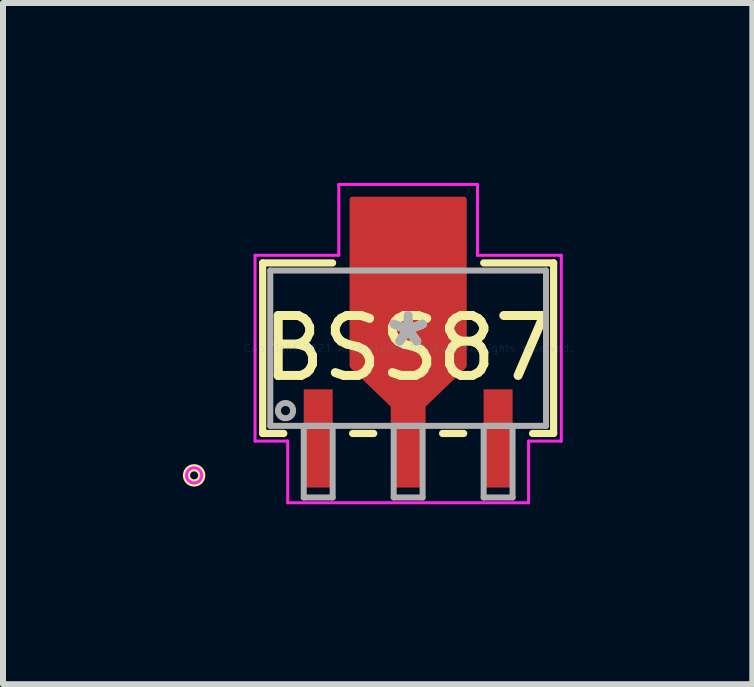
<source format=kicad_pcb>
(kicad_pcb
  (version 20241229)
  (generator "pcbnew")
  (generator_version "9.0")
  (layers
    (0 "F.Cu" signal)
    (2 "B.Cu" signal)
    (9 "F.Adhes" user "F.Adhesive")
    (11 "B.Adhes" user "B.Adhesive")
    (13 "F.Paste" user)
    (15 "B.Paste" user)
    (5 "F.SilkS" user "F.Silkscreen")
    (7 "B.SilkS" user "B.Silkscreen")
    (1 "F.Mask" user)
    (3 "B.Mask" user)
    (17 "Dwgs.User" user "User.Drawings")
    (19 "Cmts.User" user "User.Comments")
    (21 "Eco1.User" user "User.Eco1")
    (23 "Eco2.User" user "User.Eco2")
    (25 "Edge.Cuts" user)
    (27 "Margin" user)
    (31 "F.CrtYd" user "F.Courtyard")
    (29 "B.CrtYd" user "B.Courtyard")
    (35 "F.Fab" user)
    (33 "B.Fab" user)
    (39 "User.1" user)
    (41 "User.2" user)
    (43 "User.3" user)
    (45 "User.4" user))
  (footprint "BSS87"
    (layer "F.Cu")
    (at 3.756 2.756)
    (property "Reference" "BSS87" (at 0 0 0) (layer "F.SilkS") (effects (font (size 1 1) (thickness 0.15))))
    (attr through_hole)
    (fp_poly (pts (xy -0.241 1.295) (xy -0.241 0.953) (xy -0.927 0.292) (xy -0.927 -2.477) (xy -0.476 -2.477) (xy 0.476 -2.477) (xy 0.927 -2.477) (xy 0.927 0.292) (xy 0.241 0.953) (xy 0.241 1.295)) (stroke (width 0.1) (type solid)) (fill yes) (layer "F.Cu"))
    (fp_poly (pts (xy -0.241 1.295) (xy -0.241 0.953) (xy -0.927 0.292) (xy -0.927 -2.477) (xy 0.927 -2.477) (xy 0.927 0.292) (xy 0.241 0.953) (xy 0.241 1.295)) (stroke (width 0.1) (type solid)) (fill yes) (layer "F.Mask"))
    (fp_line (start -2.426 -1.422) (end -2.426 1.422) (stroke (width 0.12) (type solid)) (layer "F.SilkS"))
    (fp_line (start -2.426 1.422) (end -2.074 1.422) (stroke (width 0.12) (type solid)) (layer "F.SilkS"))
    (fp_line (start -1.26 -1.422) (end -2.426 -1.422) (stroke (width 0.12) (type solid)) (layer "F.SilkS"))
    (fp_line (start -0.926 1.422) (end -0.574 1.422) (stroke (width 0.12) (type solid)) (layer "F.SilkS"))
    (fp_line (start 0.574 1.422) (end 0.926 1.422) (stroke (width 0.12) (type solid)) (layer "F.SilkS"))
    (fp_line (start 2.074 1.422) (end 2.426 1.422) (stroke (width 0.12) (type solid)) (layer "F.SilkS"))
    (fp_line (start 2.426 -1.422) (end 1.26 -1.422) (stroke (width 0.12) (type solid)) (layer "F.SilkS"))
    (fp_line (start 2.426 1.422) (end 2.426 -1.422) (stroke (width 0.12) (type solid)) (layer "F.SilkS"))
    (fp_circle (center -3.569 2.121) (end -3.442 2.121) (stroke (width 0.12) (type solid)) (fill no) (layer "F.SilkS"))
    (fp_poly (pts (xy -0.241 1.295) (xy -0.241 0.953) (xy -0.927 0.292) (xy -0.927 -2.477) (xy 0.927 -2.477) (xy 0.927 0.292) (xy 0.241 0.953) (xy 0.241 1.295)) (stroke (width 0.1) (type solid)) (fill yes) (layer "F.Paste"))
    (fp_line (start -2.553 -1.549) (end -1.156 -1.549) (stroke (width 0.05) (type solid)) (layer "F.CrtYd"))
    (fp_line (start -2.553 1.549) (end -2.553 -1.549) (stroke (width 0.05) (type solid)) (layer "F.CrtYd"))
    (fp_line (start -2.008 1.549) (end -2.553 1.549) (stroke (width 0.05) (type solid)) (layer "F.CrtYd"))
    (fp_line (start -2.008 2.578) (end -2.008 1.549) (stroke (width 0.05) (type solid)) (layer "F.CrtYd"))
    (fp_line (start -1.156 -2.731) (end 1.156 -2.731) (stroke (width 0.05) (type solid)) (layer "F.CrtYd"))
    (fp_line (start -1.156 -1.549) (end -1.156 -2.731) (stroke (width 0.05) (type solid)) (layer "F.CrtYd"))
    (fp_line (start 1.156 -2.731) (end 1.156 -1.549) (stroke (width 0.05) (type solid)) (layer "F.CrtYd"))
    (fp_line (start 1.156 -1.549) (end 2.553 -1.549) (stroke (width 0.05) (type solid)) (layer "F.CrtYd"))
    (fp_line (start 2.008 1.549) (end 2.008 2.578) (stroke (width 0.05) (type solid)) (layer "F.CrtYd"))
    (fp_line (start 2.008 2.578) (end -2.008 2.578) (stroke (width 0.05) (type solid)) (layer "F.CrtYd"))
    (fp_line (start 2.553 -1.549) (end 2.553 1.549) (stroke (width 0.05) (type solid)) (layer "F.CrtYd"))
    (fp_line (start 2.553 1.549) (end 2.008 1.549) (stroke (width 0.05) (type solid)) (layer "F.CrtYd"))
    (fp_circle (center -3.569 2.121) (end -3.442 2.121) (stroke (width 0.05) (type solid)) (fill no) (layer "F.CrtYd"))
    (fp_line (start -2.299 -1.295) (end -2.299 1.295) (stroke (width 0.1) (type solid)) (layer "F.Fab"))
    (fp_line (start -2.299 1.295) (end 2.299 1.295) (stroke (width 0.1) (type solid)) (layer "F.Fab"))
    (fp_line (start -1.741 1.295) (end -1.741 2.489) (stroke (width 0.1) (type solid)) (layer "F.Fab"))
    (fp_line (start -1.741 2.489) (end -1.259 2.489) (stroke (width 0.1) (type solid)) (layer "F.Fab"))
    (fp_line (start -1.259 1.295) (end -1.741 1.295) (stroke (width 0.1) (type solid)) (layer "F.Fab"))
    (fp_line (start -1.259 2.489) (end -1.259 1.295) (stroke (width 0.1) (type solid)) (layer "F.Fab"))
    (fp_line (start -0.241 1.295) (end -0.241 2.489) (stroke (width 0.1) (type solid)) (layer "F.Fab"))
    (fp_line (start -0.241 2.489) (end 0.241 2.489) (stroke (width 0.1) (type solid)) (layer "F.Fab"))
    (fp_line (start 0.241 1.295) (end -0.241 1.295) (stroke (width 0.1) (type solid)) (layer "F.Fab"))
    (fp_line (start 0.241 2.489) (end 0.241 1.295) (stroke (width 0.1) (type solid)) (layer "F.Fab"))
    (fp_line (start 1.259 1.295) (end 1.259 2.489) (stroke (width 0.1) (type solid)) (layer "F.Fab"))
    (fp_line (start 1.259 2.489) (end 1.741 2.489) (stroke (width 0.1) (type solid)) (layer "F.Fab"))
    (fp_line (start 1.741 1.295) (end 1.259 1.295) (stroke (width 0.1) (type solid)) (layer "F.Fab"))
    (fp_line (start 1.741 2.489) (end 1.741 1.295) (stroke (width 0.1) (type solid)) (layer "F.Fab"))
    (fp_line (start 2.299 -1.295) (end -2.299 -1.295) (stroke (width 0.1) (type solid)) (layer "F.Fab"))
    (fp_line (start 2.299 1.295) (end 2.299 -1.295) (stroke (width 0.1) (type solid)) (layer "F.Fab"))
    (fp_circle (center -2.045 1.041) (end -1.918 1.041) (stroke (width 0.1) (type solid)) (fill no) (layer "F.Fab"))
    (fp_text user "*" (at 0 0 0) (layer "F.SilkS") (effects (font (size 1 1) (thickness 0.15))))
    (fp_text user "Copyright 2021 Accelerated Designs. All rights reserved." (at 0 0 0) (layer "Cmts.User") (effects (font (size 0.127 0.127) (thickness 0.002))))
    (fp_text user "*" (at 0 0 0) (layer "F.Fab") (effects (font (size 1 1) (thickness 0.15))))
    (pad "1" smd rect (at -1.5 1.505) (size 0.483 1.638) (layers "F.Cu" "F.Mask" "F.Paste"))
    (pad "2" smd rect (at 0 1.505) (size 0.483 1.638) (layers "F.Cu" "F.Mask" "F.Paste"))
    (pad "3" smd rect (at 1.5 1.505) (size 0.483 1.638) (layers "F.Cu" "F.Mask" "F.Paste")))
  (gr_rect
    (start -3 -3)
    (end 9.495 8.359)
    (stroke (width 0.1) (type default))
    (fill no)
    (layer "Edge.Cuts")))
</source>
